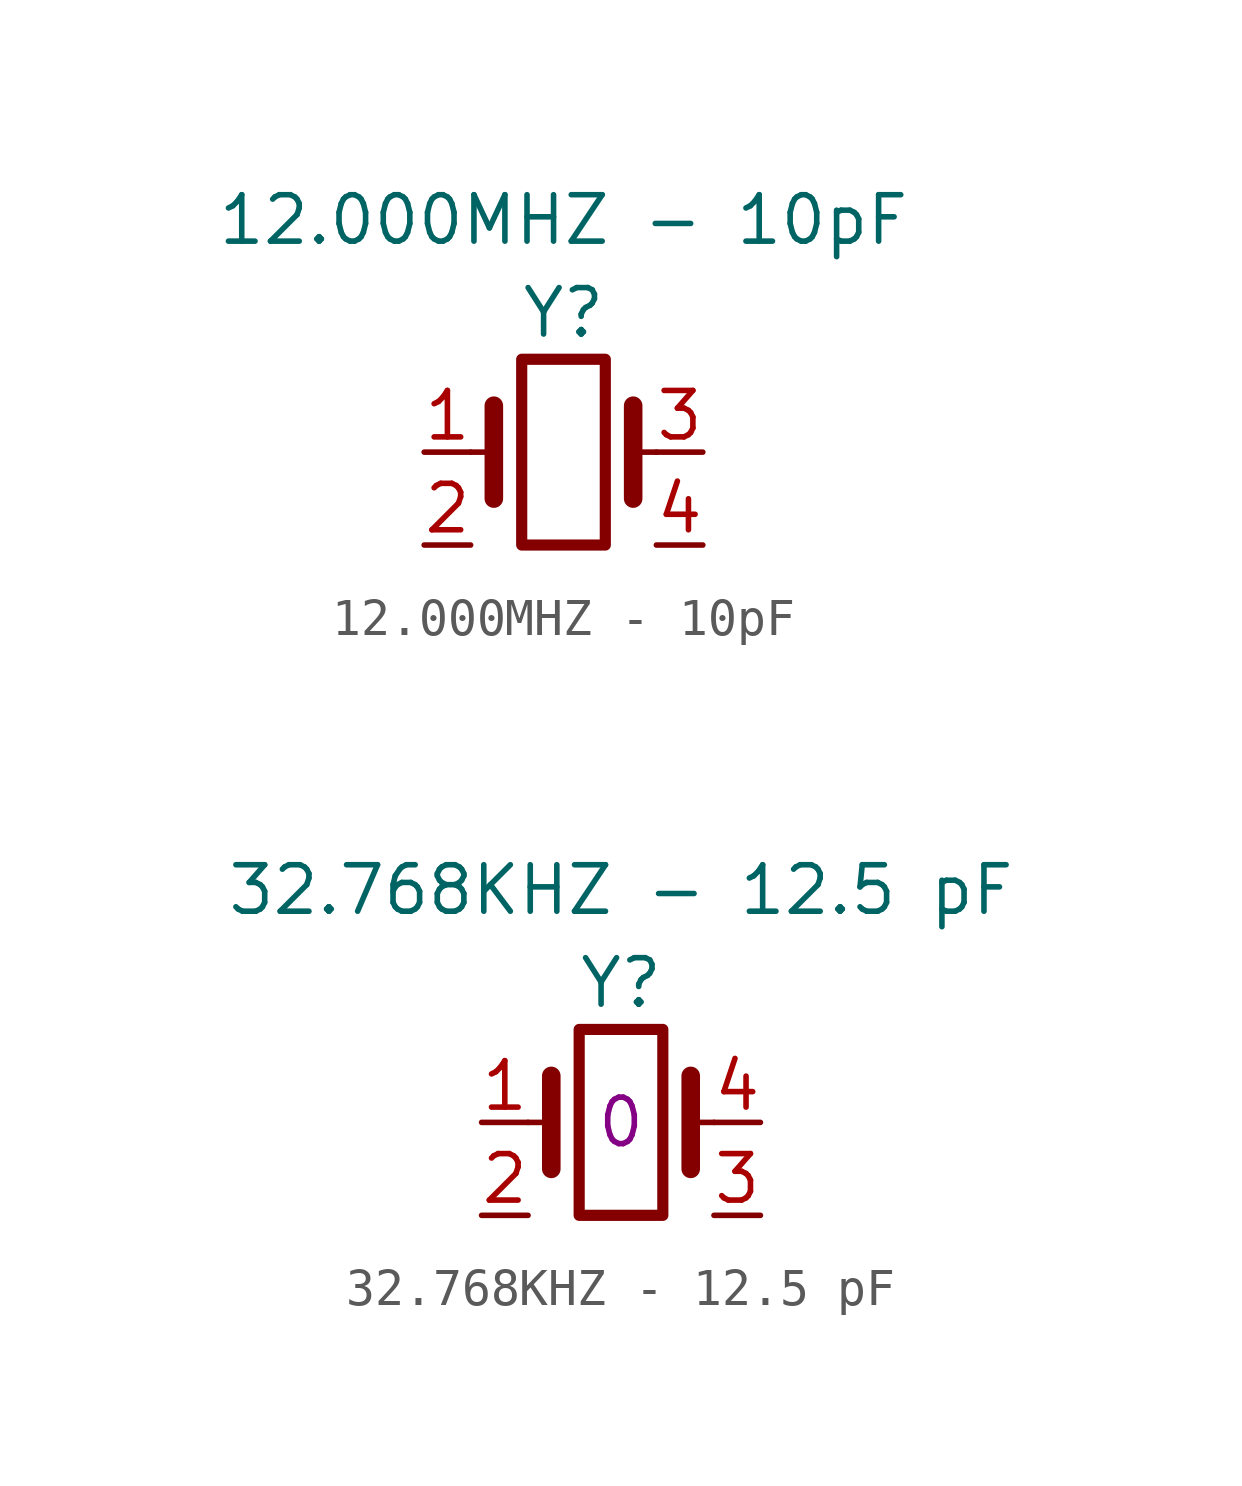
<source format=kicad_sym>
(kicad_symbol_lib
  (version 20211014)
  (generator kicad_symbol_editor)
  (symbol "12.000MHZ - 10pF"
    (pin_names
      (offset 1.016) hide)
    (property "Reference" "Y"
      (at 0 3.81 0)
      (effects (font (size 1.27 1.27))))
    (property "Value" "12.000MHZ - 10pF"
      (at 0 6.35 0)
      (effects (font (size 1.27 1.27))))
    (symbol "12.000MHZ - 10pF_0_1"
      (rectangle (start -1.143 2.54) (end 1.143 -2.54) (stroke (width 0.305) (type default) (color 0 0 0 0)) (fill (type none)))
      (polyline (pts (xy -2.54 0) (xy -1.905 0)) (stroke (width 0) (type default) (color 0 0 0 0)) (fill (type none)))
      (polyline (pts (xy -1.905 -1.27) (xy -1.905 1.27)) (stroke (width 0.508) (type default) (color 0 0 0 0)) (fill (type none)))
      (polyline (pts (xy 1.905 -1.27) (xy 1.905 1.27)) (stroke (width 0.508) (type default) (color 0 0 0 0)) (fill (type none)))
      (polyline (pts (xy 2.54 0) (xy 1.905 0)) (stroke (width 0) (type default) (color 0 0 0 0)) (fill (type none))))
    (symbol "12.000MHZ - 10pF_1_1"
      (pin passive line (at -3.81 0 0) (length 1.27) (name "1" (effects (font (size 1.27 1.27)))) (number "1" (effects (font (size 1.27 1.27)))))
      (pin free line (at -3.81 -2.54 0) (length 1.27) (name "2" (effects (font (size 1.27 1.27)))) (number "2" (effects (font (size 1.27 1.27)))))
      (pin passive line (at 3.81 0 180) (length 1.27) (name "3" (effects (font (size 1.27 1.27)))) (number "3" (effects (font (size 1.27 1.27)))))
      (pin free line (at 3.81 -2.54 180) (length 1.27) (name "4" (effects (font (size 1.27 1.27)))) (number "4" (effects (font (size 1.27 1.27)))))))
  (symbol "32.768KHZ - 12.5 pF"
    (pin_names
      (offset 1.016) hide)
    (property "Reference" "Y"
      (at 0 3.81 0)
      (effects (font (size 1.27 1.27))))
    (property "Value" "32.768KHZ - 12.5 pF"
      (at 0 6.35 0)
      (effects (font (size 1.27 1.27))))
    (property "Validation" "0"
      (at 0 0 0)
      (effects (font (size 1.27 1.27))))
    (symbol "32.768KHZ - 12.5 pF_0_1"
      (rectangle (start -1.143 2.54) (end 1.143 -2.54) (stroke (width 0.305) (type default) (color 0 0 0 0)) (fill (type none)))
      (polyline (pts (xy -2.54 0) (xy -1.905 0)) (stroke (width 0) (type default) (color 0 0 0 0)) (fill (type none)))
      (polyline (pts (xy -1.905 -1.27) (xy -1.905 1.27)) (stroke (width 0.508) (type default) (color 0 0 0 0)) (fill (type none)))
      (polyline (pts (xy 1.905 -1.27) (xy 1.905 1.27)) (stroke (width 0.508) (type default) (color 0 0 0 0)) (fill (type none)))
      (polyline (pts (xy 2.54 0) (xy 1.905 0)) (stroke (width 0) (type default) (color 0 0 0 0)) (fill (type none))))
    (symbol "32.768KHZ - 12.5 pF_1_1"
      (pin passive line (at -3.81 0 0) (length 1.27) (name "1" (effects (font (size 1.27 1.27)))) (number "1" (effects (font (size 1.27 1.27)))))
      (pin free line (at -3.81 -2.54 0) (length 1.27) (name "2" (effects (font (size 1.27 1.27)))) (number "2" (effects (font (size 1.27 1.27)))))
      (pin free line (at 3.81 -2.54 180) (length 1.27) (name "3" (effects (font (size 1.27 1.27)))) (number "3" (effects (font (size 1.27 1.27)))))
      (pin passive line (at 3.81 0 180) (length 1.27) (name "4" (effects (font (size 1.27 1.27)))) (number "4" (effects (font (size 1.27 1.27))))))))
</source>
